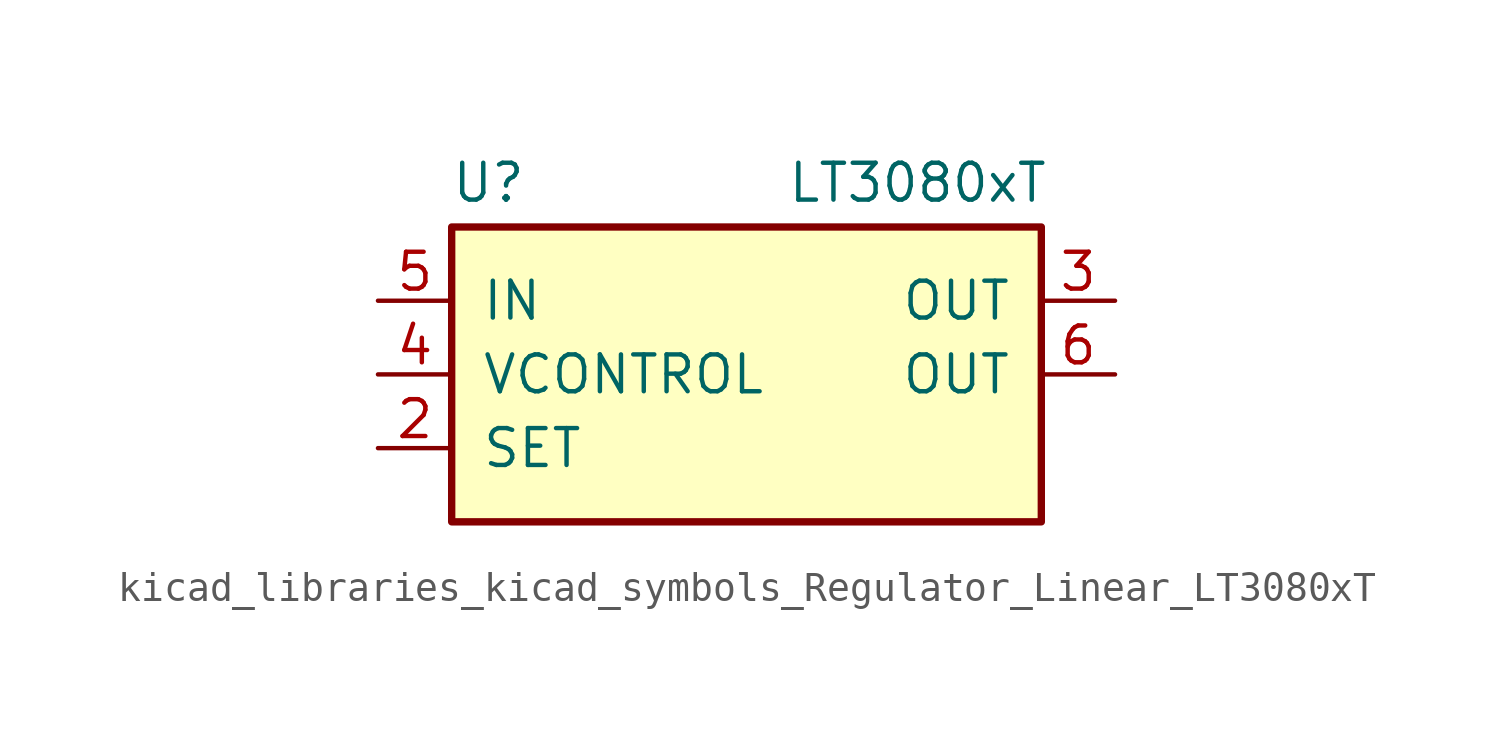
<source format=kicad_sym>
(kicad_symbol_lib
  (version 20220914)
  (generator kicad_symbol_editor)
  (symbol "kicad_libraries_kicad_symbols_Regulator_Linear_LT3080xT"
    (pin_names
      (offset 1.016))
    (property "Reference" "U"
      (at -8.89 6.604 0)
      (effects (font (size 1.27 1.27))))
    (property "Value" "LT3080xT"
      (at 10.414 6.604 0)
      (effects (font (size 1.27 1.27)) (justify right)))
    (symbol "kicad_libraries_kicad_symbols_Regulator_Linear_LT3080xT_0_1"
      (rectangle (start -10.16 5.08) (end 10.16 -5.08) (stroke (width 0.254) (type default)) (fill (type background))))
    (symbol "kicad_libraries_kicad_symbols_Regulator_Linear_LT3080xT_1_1"
      (pin no_connect line (at 10.16 -2.54 180) (length 2.54) hide (name "NC" (effects (font (size 1.27 1.27)))) (number "1" (effects (font (size 1.27 1.27)))))
      (pin input line (at -12.7 -2.54 0) (length 2.54) (name "SET" (effects (font (size 1.27 1.27)))) (number "2" (effects (font (size 1.27 1.27)))))
      (pin power_out line (at 12.7 2.54 180) (length 2.54) (name "OUT" (effects (font (size 1.27 1.27)))) (number "3" (effects (font (size 1.27 1.27)))))
      (pin input line (at -12.7 0 0) (length 2.54) (name "VCONTROL" (effects (font (size 1.27 1.27)))) (number "4" (effects (font (size 1.27 1.27)))))
      (pin power_in line (at -12.7 2.54 0) (length 2.54) (name "IN" (effects (font (size 1.27 1.27)))) (number "5" (effects (font (size 1.27 1.27)))))
      (pin power_out line (at 12.7 0 180) (length 2.54) (name "OUT" (effects (font (size 1.27 1.27)))) (number "6" (effects (font (size 1.27 1.27))))))))
</source>
